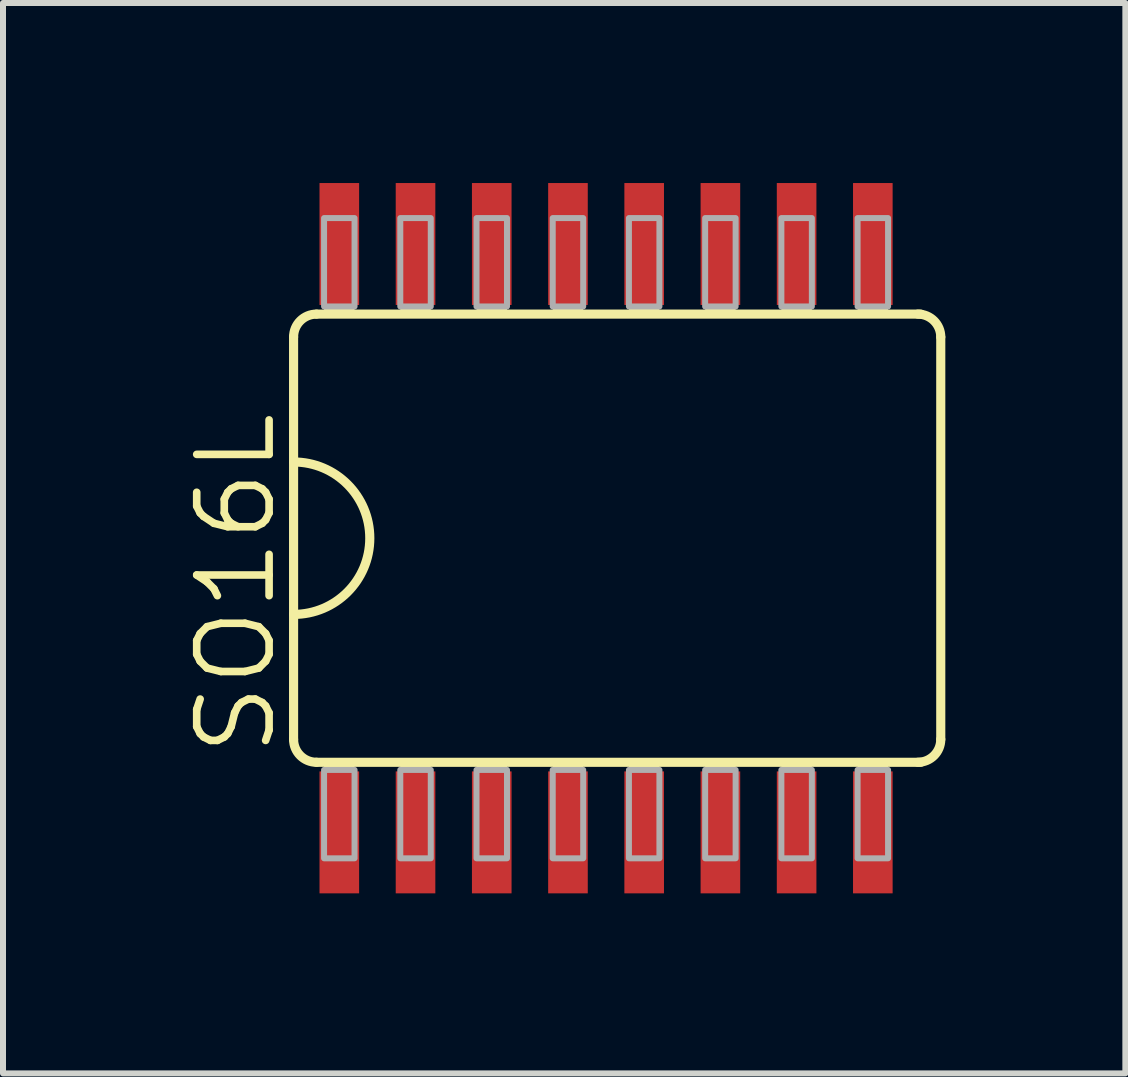
<source format=kicad_pcb>
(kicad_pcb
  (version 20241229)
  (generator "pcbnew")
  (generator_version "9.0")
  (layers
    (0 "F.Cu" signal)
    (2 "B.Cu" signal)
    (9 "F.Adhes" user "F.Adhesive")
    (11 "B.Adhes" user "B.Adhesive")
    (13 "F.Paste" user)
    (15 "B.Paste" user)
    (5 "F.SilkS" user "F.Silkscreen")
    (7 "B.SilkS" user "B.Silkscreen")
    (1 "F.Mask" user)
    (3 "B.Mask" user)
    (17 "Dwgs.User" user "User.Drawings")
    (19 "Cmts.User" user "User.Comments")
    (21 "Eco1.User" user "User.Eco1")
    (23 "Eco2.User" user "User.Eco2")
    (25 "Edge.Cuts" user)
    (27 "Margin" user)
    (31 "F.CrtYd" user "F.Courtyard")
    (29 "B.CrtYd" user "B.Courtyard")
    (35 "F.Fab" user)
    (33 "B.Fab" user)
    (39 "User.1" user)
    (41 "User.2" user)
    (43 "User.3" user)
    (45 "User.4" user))
  (footprint "SO16L"
    (layer "F.Cu")
    (at 7.684 5.918)
    (property "Reference" "SO16L" (at -6.096 3.683 90) (layer "F.SilkS") (effects (font (size 1.206 1.206) (thickness 0.127)) (justify left bottom)))
    (attr through_hole)
    (fp_line (start -5.842 -3.353) (end -5.842 3.353) (stroke (width 0.152) (type solid)) (layer "F.SilkS"))
    (fp_line (start -5.461 -3.734) (end 4.61 -3.734) (stroke (width 0.152) (type solid)) (layer "F.SilkS"))
    (fp_line (start -5.461 3.734) (end 4.61 3.734) (stroke (width 0.152) (type solid)) (layer "F.SilkS"))
    (fp_line (start 4.942 3.353) (end 4.942 -3.353) (stroke (width 0.152) (type solid)) (layer "F.SilkS"))
    (fp_arc (start -5.842 -3.3528) (mid -5.730408 -3.622208) (end -5.461 -3.7338) (stroke (width 0.1524) (type solid)) (layer "F.SilkS"))
    (fp_arc (start -5.842 -1.27) (mid -4.572 0) (end -5.842 1.27) (stroke (width 0.1524) (type solid)) (layer "F.SilkS"))
    (fp_arc (start -5.461 3.7338) (mid -5.730408 3.622208) (end -5.842 3.3528) (stroke (width 0.1524) (type solid)) (layer "F.SilkS"))
    (fp_arc (start 4.561 -3.7338) (mid 4.830408 -3.622208) (end 4.942 -3.3528) (stroke (width 0.1524) (type solid)) (layer "F.SilkS"))
    (fp_arc (start 4.942 3.3528) (mid 4.830408 3.622208) (end 4.561 3.7338) (stroke (width 0.1524) (type solid)) (layer "F.SilkS"))
    (fp_poly (pts (xy -5.334 -3.734) (xy -4.826 -3.734) (xy -4.826 -3.861) (xy -5.334 -3.861)) (stroke (width 0) (type solid)) (fill yes) (layer "F.SilkS"))
    (fp_poly (pts (xy -5.334 3.861) (xy -4.826 3.861) (xy -4.826 3.734) (xy -5.334 3.734)) (stroke (width 0) (type solid)) (fill yes) (layer "F.SilkS"))
    (fp_poly (pts (xy -4.064 -3.734) (xy -3.556 -3.734) (xy -3.556 -3.861) (xy -4.064 -3.861)) (stroke (width 0) (type solid)) (fill yes) (layer "F.SilkS"))
    (fp_poly (pts (xy -4.064 3.861) (xy -3.556 3.861) (xy -3.556 3.734) (xy -4.064 3.734)) (stroke (width 0) (type solid)) (fill yes) (layer "F.SilkS"))
    (fp_poly (pts (xy -2.794 -3.734) (xy -2.286 -3.734) (xy -2.286 -3.861) (xy -2.794 -3.861)) (stroke (width 0) (type solid)) (fill yes) (layer "F.SilkS"))
    (fp_poly (pts (xy -2.794 3.861) (xy -2.286 3.861) (xy -2.286 3.734) (xy -2.794 3.734)) (stroke (width 0) (type solid)) (fill yes) (layer "F.SilkS"))
    (fp_poly (pts (xy -1.524 -3.734) (xy -1.016 -3.734) (xy -1.016 -3.861) (xy -1.524 -3.861)) (stroke (width 0) (type solid)) (fill yes) (layer "F.SilkS"))
    (fp_poly (pts (xy -1.524 3.861) (xy -1.016 3.861) (xy -1.016 3.734) (xy -1.524 3.734)) (stroke (width 0) (type solid)) (fill yes) (layer "F.SilkS"))
    (fp_poly (pts (xy -0.254 -3.734) (xy 0.254 -3.734) (xy 0.254 -3.861) (xy -0.254 -3.861)) (stroke (width 0) (type solid)) (fill yes) (layer "F.SilkS"))
    (fp_poly (pts (xy -0.254 3.861) (xy 0.254 3.861) (xy 0.254 3.734) (xy -0.254 3.734)) (stroke (width 0) (type solid)) (fill yes) (layer "F.SilkS"))
    (fp_poly (pts (xy 1.016 -3.734) (xy 1.524 -3.734) (xy 1.524 -3.861) (xy 1.016 -3.861)) (stroke (width 0) (type solid)) (fill yes) (layer "F.SilkS"))
    (fp_poly (pts (xy 1.016 3.861) (xy 1.524 3.861) (xy 1.524 3.734) (xy 1.016 3.734)) (stroke (width 0) (type solid)) (fill yes) (layer "F.SilkS"))
    (fp_poly (pts (xy 2.286 -3.734) (xy 2.794 -3.734) (xy 2.794 -3.861) (xy 2.286 -3.861)) (stroke (width 0) (type solid)) (fill yes) (layer "F.SilkS"))
    (fp_poly (pts (xy 2.286 3.861) (xy 2.794 3.861) (xy 2.794 3.734) (xy 2.286 3.734)) (stroke (width 0) (type solid)) (fill yes) (layer "F.SilkS"))
    (fp_poly (pts (xy 3.556 -3.734) (xy 4.064 -3.734) (xy 4.064 -3.861) (xy 3.556 -3.861)) (stroke (width 0) (type solid)) (fill yes) (layer "F.SilkS"))
    (fp_poly (pts (xy 3.556 3.861) (xy 4.064 3.861) (xy 4.064 3.734) (xy 3.556 3.734)) (stroke (width 0) (type solid)) (fill yes) (layer "F.SilkS"))
    (fp_poly (pts (xy -5.334 -3.861) (xy -4.826 -3.861) (xy -4.826 -5.334) (xy -5.334 -5.334)) (stroke (width 0.1) (type solid)) (fill no) (layer "F.Fab"))
    (fp_poly (pts (xy -5.334 5.334) (xy -4.826 5.334) (xy -4.826 3.861) (xy -5.334 3.861)) (stroke (width 0.1) (type solid)) (fill no) (layer "F.Fab"))
    (fp_poly (pts (xy -4.064 -3.861) (xy -3.556 -3.861) (xy -3.556 -5.334) (xy -4.064 -5.334)) (stroke (width 0.1) (type solid)) (fill no) (layer "F.Fab"))
    (fp_poly (pts (xy -4.064 5.334) (xy -3.556 5.334) (xy -3.556 3.861) (xy -4.064 3.861)) (stroke (width 0.1) (type solid)) (fill no) (layer "F.Fab"))
    (fp_poly (pts (xy -2.794 -3.861) (xy -2.286 -3.861) (xy -2.286 -5.334) (xy -2.794 -5.334)) (stroke (width 0.1) (type solid)) (fill no) (layer "F.Fab"))
    (fp_poly (pts (xy -2.794 5.334) (xy -2.286 5.334) (xy -2.286 3.861) (xy -2.794 3.861)) (stroke (width 0.1) (type solid)) (fill no) (layer "F.Fab"))
    (fp_poly (pts (xy -1.524 -3.861) (xy -1.016 -3.861) (xy -1.016 -5.334) (xy -1.524 -5.334)) (stroke (width 0.1) (type solid)) (fill no) (layer "F.Fab"))
    (fp_poly (pts (xy -1.524 5.334) (xy -1.016 5.334) (xy -1.016 3.861) (xy -1.524 3.861)) (stroke (width 0.1) (type solid)) (fill no) (layer "F.Fab"))
    (fp_poly (pts (xy -0.254 -3.861) (xy 0.254 -3.861) (xy 0.254 -5.334) (xy -0.254 -5.334)) (stroke (width 0.1) (type solid)) (fill no) (layer "F.Fab"))
    (fp_poly (pts (xy -0.254 5.334) (xy 0.254 5.334) (xy 0.254 3.861) (xy -0.254 3.861)) (stroke (width 0.1) (type solid)) (fill no) (layer "F.Fab"))
    (fp_poly (pts (xy 1.016 -3.861) (xy 1.524 -3.861) (xy 1.524 -5.334) (xy 1.016 -5.334)) (stroke (width 0.1) (type solid)) (fill no) (layer "F.Fab"))
    (fp_poly (pts (xy 1.016 5.334) (xy 1.524 5.334) (xy 1.524 3.861) (xy 1.016 3.861)) (stroke (width 0.1) (type solid)) (fill no) (layer "F.Fab"))
    (fp_poly (pts (xy 2.286 -3.861) (xy 2.794 -3.861) (xy 2.794 -5.334) (xy 2.286 -5.334)) (stroke (width 0.1) (type solid)) (fill no) (layer "F.Fab"))
    (fp_poly (pts (xy 2.286 5.334) (xy 2.794 5.334) (xy 2.794 3.861) (xy 2.286 3.861)) (stroke (width 0.1) (type solid)) (fill no) (layer "F.Fab"))
    (fp_poly (pts (xy 3.556 -3.861) (xy 4.064 -3.861) (xy 4.064 -5.334) (xy 3.556 -5.334)) (stroke (width 0.1) (type solid)) (fill no) (layer "F.Fab"))
    (fp_poly (pts (xy 3.556 5.334) (xy 4.064 5.334) (xy 4.064 3.861) (xy 3.556 3.861)) (stroke (width 0.1) (type solid)) (fill no) (layer "F.Fab"))
    (pad "1" smd rect (at -5.08 4.902) (size 0.66 2.032) (layers "F.Cu" "F.Mask" "F.Paste"))
    (pad "2" smd rect (at -3.81 4.902) (size 0.66 2.032) (layers "F.Cu" "F.Mask" "F.Paste"))
    (pad "3" smd rect (at -2.54 4.902) (size 0.66 2.032) (layers "F.Cu" "F.Mask" "F.Paste"))
    (pad "4" smd rect (at -1.27 4.902) (size 0.66 2.032) (layers "F.Cu" "F.Mask" "F.Paste"))
    (pad "5" smd rect (at 0 4.902) (size 0.66 2.032) (layers "F.Cu" "F.Mask" "F.Paste"))
    (pad "6" smd rect (at 1.27 4.902) (size 0.66 2.032) (layers "F.Cu" "F.Mask" "F.Paste"))
    (pad "7" smd rect (at 2.54 4.902) (size 0.66 2.032) (layers "F.Cu" "F.Mask" "F.Paste"))
    (pad "8" smd rect (at 3.81 4.902) (size 0.66 2.032) (layers "F.Cu" "F.Mask" "F.Paste"))
    (pad "9" smd rect (at 3.81 -4.902) (size 0.66 2.032) (layers "F.Cu" "F.Mask" "F.Paste"))
    (pad "10" smd rect (at 2.54 -4.902) (size 0.66 2.032) (layers "F.Cu" "F.Mask" "F.Paste"))
    (pad "11" smd rect (at 1.27 -4.902) (size 0.66 2.032) (layers "F.Cu" "F.Mask" "F.Paste"))
    (pad "12" smd rect (at 0 -4.902) (size 0.66 2.032) (layers "F.Cu" "F.Mask" "F.Paste"))
    (pad "13" smd rect (at -1.27 -4.902) (size 0.66 2.032) (layers "F.Cu" "F.Mask" "F.Paste"))
    (pad "14" smd rect (at -2.54 -4.902) (size 0.66 2.032) (layers "F.Cu" "F.Mask" "F.Paste"))
    (pad "15" smd rect (at -3.81 -4.902) (size 0.66 2.032) (layers "F.Cu" "F.Mask" "F.Paste"))
    (pad "16" smd rect (at -5.08 -4.902) (size 0.66 2.032) (layers "F.Cu" "F.Mask" "F.Paste")))
  (gr_rect
    (start -3 -3)
    (end 15.702 14.836)
    (stroke (width 0.1) (type default))
    (fill no)
    (layer "Edge.Cuts")))
</source>
